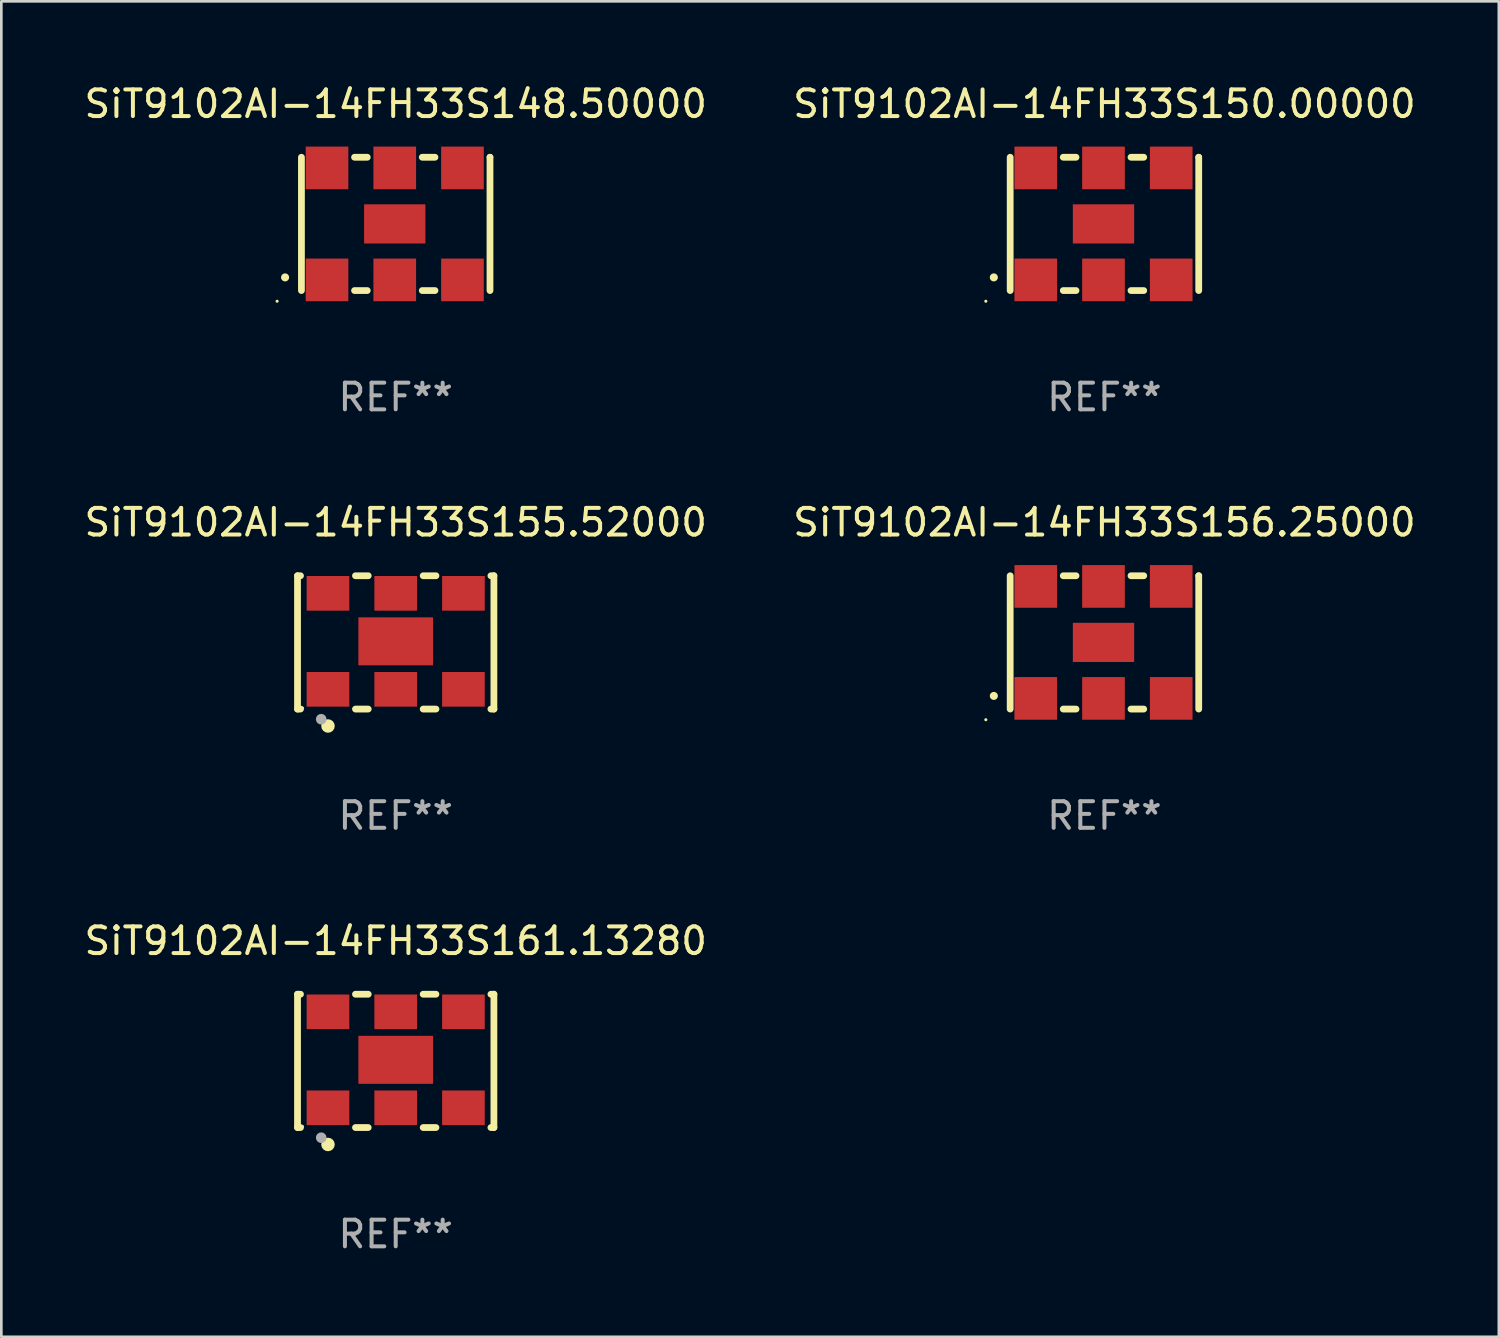
<source format=kicad_pcb>
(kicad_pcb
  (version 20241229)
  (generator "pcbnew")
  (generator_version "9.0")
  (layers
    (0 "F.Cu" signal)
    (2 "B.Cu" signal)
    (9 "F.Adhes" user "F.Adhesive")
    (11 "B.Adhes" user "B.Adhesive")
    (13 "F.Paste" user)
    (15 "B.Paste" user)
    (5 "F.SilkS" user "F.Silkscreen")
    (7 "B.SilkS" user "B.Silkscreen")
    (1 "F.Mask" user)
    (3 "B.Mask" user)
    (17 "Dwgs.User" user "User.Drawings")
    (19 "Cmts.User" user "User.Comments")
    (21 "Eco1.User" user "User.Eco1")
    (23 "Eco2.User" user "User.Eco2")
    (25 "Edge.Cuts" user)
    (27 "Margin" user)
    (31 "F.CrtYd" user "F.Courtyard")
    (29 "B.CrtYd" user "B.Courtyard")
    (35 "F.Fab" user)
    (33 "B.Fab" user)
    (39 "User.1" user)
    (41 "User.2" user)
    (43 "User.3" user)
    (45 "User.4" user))
  (footprint "SiT9102AI-14FH33S150.00000"
    (layer "F.Cu")
    (at 38.375 5.348)
    (property "Reference" "SiT9102AI-14FH33S150.00000" (at 0 -4.5 0) (layer "F.SilkS") (effects (font (size 1 1) (thickness 0.15))))
    (attr through_hole)
    (fp_line (start -3.536 -2.5) (end -3.536 2.5) (stroke (width 0.254) (type solid)) (layer "F.SilkS"))
    (fp_line (start -1.544 2.5) (end -1.067 2.5) (stroke (width 0.254) (type solid)) (layer "F.SilkS"))
    (fp_line (start -1.067 -2.5) (end -1.544 -2.5) (stroke (width 0.254) (type solid)) (layer "F.SilkS"))
    (fp_line (start 0.996 2.5) (end 1.473 2.5) (stroke (width 0.254) (type solid)) (layer "F.SilkS"))
    (fp_line (start 1.473 -2.5) (end 0.996 -2.5) (stroke (width 0.254) (type solid)) (layer "F.SilkS"))
    (fp_line (start 3.536 -2.5) (end 3.536 -2.5) (stroke (width 0.254) (type solid)) (layer "F.SilkS"))
    (fp_line (start 3.536 2.5) (end 3.536 -2.5) (stroke (width 0.254) (type solid)) (layer "F.SilkS"))
    (fp_arc (start -4.150432 2.006604) (mid -4.149162 2.006599) (end -4.147892 2.006604) (stroke (width 0.3) (type solid)) (layer "F.SilkS"))
    (fp_circle (center -4.449 2.9) (end -4.419 2.9) (stroke (width 0.06) (type solid)) (fill no) (layer "F.SilkS"))
    (fp_text user "REF**" (at 0 6.5 0) (layer "F.Fab") (effects (font (size 1 1) (thickness 0.15))))
    (pad "1" smd rect (at -2.576 2.1) (size 1.6 1.6) (layers "F.Cu" "F.Mask" "F.Paste"))
    (pad "2" smd rect (at -0.036 2.1) (size 1.6 1.6) (layers "F.Cu" "F.Mask" "F.Paste"))
    (pad "3" smd rect (at 2.504 2.1) (size 1.6 1.6) (layers "F.Cu" "F.Mask" "F.Paste"))
    (pad "4" smd rect (at 2.504 -2.1) (size 1.6 1.6) (layers "F.Cu" "F.Mask" "F.Paste"))
    (pad "5" smd rect (at -0.036 -2.1) (size 1.6 1.6) (layers "F.Cu" "F.Mask" "F.Paste"))
    (pad "6" smd rect (at -2.576 -2.1) (size 1.6 1.6) (layers "F.Cu" "F.Mask" "F.Paste"))
    (pad "7" smd rect (at -0.036 0) (size 2.3 1.47) (layers "F.Cu" "F.Mask" "F.Paste")))
  (footprint "SiT9102AI-14FH33S148.50000"
    (layer "F.Cu")
    (at 11.792 5.348)
    (property "Reference" "SiT9102AI-14FH33S148.50000" (at 0 -4.5 0) (layer "F.SilkS") (effects (font (size 1 1) (thickness 0.15))))
    (attr through_hole)
    (fp_line (start -3.536 -2.5) (end -3.536 2.5) (stroke (width 0.254) (type solid)) (layer "F.SilkS"))
    (fp_line (start -1.544 2.5) (end -1.067 2.5) (stroke (width 0.254) (type solid)) (layer "F.SilkS"))
    (fp_line (start -1.067 -2.5) (end -1.544 -2.5) (stroke (width 0.254) (type solid)) (layer "F.SilkS"))
    (fp_line (start 0.996 2.5) (end 1.473 2.5) (stroke (width 0.254) (type solid)) (layer "F.SilkS"))
    (fp_line (start 1.473 -2.5) (end 0.996 -2.5) (stroke (width 0.254) (type solid)) (layer "F.SilkS"))
    (fp_line (start 3.536 -2.5) (end 3.536 -2.5) (stroke (width 0.254) (type solid)) (layer "F.SilkS"))
    (fp_line (start 3.536 2.5) (end 3.536 -2.5) (stroke (width 0.254) (type solid)) (layer "F.SilkS"))
    (fp_arc (start -4.150432 2.006604) (mid -4.149162 2.006599) (end -4.147892 2.006604) (stroke (width 0.3) (type solid)) (layer "F.SilkS"))
    (fp_circle (center -4.449 2.9) (end -4.419 2.9) (stroke (width 0.06) (type solid)) (fill no) (layer "F.SilkS"))
    (fp_text user "REF**" (at 0 6.5 0) (layer "F.Fab") (effects (font (size 1 1) (thickness 0.15))))
    (pad "1" smd rect (at -2.576 2.1) (size 1.6 1.6) (layers "F.Cu" "F.Mask" "F.Paste"))
    (pad "2" smd rect (at -0.036 2.1) (size 1.6 1.6) (layers "F.Cu" "F.Mask" "F.Paste"))
    (pad "3" smd rect (at 2.504 2.1) (size 1.6 1.6) (layers "F.Cu" "F.Mask" "F.Paste"))
    (pad "4" smd rect (at 2.504 -2.1) (size 1.6 1.6) (layers "F.Cu" "F.Mask" "F.Paste"))
    (pad "5" smd rect (at -0.036 -2.1) (size 1.6 1.6) (layers "F.Cu" "F.Mask" "F.Paste"))
    (pad "6" smd rect (at -2.576 -2.1) (size 1.6 1.6) (layers "F.Cu" "F.Mask" "F.Paste"))
    (pad "7" smd rect (at -0.036 0) (size 2.3 1.47) (layers "F.Cu" "F.Mask" "F.Paste")))
  (footprint "SiT9102AI-14FH33S156.25000"
    (layer "F.Cu")
    (at 38.375 21.045)
    (property "Reference" "SiT9102AI-14FH33S156.25000" (at 0 -4.5 0) (layer "F.SilkS") (effects (font (size 1 1) (thickness 0.15))))
    (attr through_hole)
    (fp_line (start -3.536 -2.5) (end -3.536 2.5) (stroke (width 0.254) (type solid)) (layer "F.SilkS"))
    (fp_line (start -1.544 2.5) (end -1.067 2.5) (stroke (width 0.254) (type solid)) (layer "F.SilkS"))
    (fp_line (start -1.067 -2.5) (end -1.544 -2.5) (stroke (width 0.254) (type solid)) (layer "F.SilkS"))
    (fp_line (start 0.996 2.5) (end 1.473 2.5) (stroke (width 0.254) (type solid)) (layer "F.SilkS"))
    (fp_line (start 1.473 -2.5) (end 0.996 -2.5) (stroke (width 0.254) (type solid)) (layer "F.SilkS"))
    (fp_line (start 3.536 -2.5) (end 3.536 -2.5) (stroke (width 0.254) (type solid)) (layer "F.SilkS"))
    (fp_line (start 3.536 2.5) (end 3.536 -2.5) (stroke (width 0.254) (type solid)) (layer "F.SilkS"))
    (fp_arc (start -4.150432 2.006604) (mid -4.149162 2.006599) (end -4.147892 2.006604) (stroke (width 0.3) (type solid)) (layer "F.SilkS"))
    (fp_circle (center -4.449 2.9) (end -4.419 2.9) (stroke (width 0.06) (type solid)) (fill no) (layer "F.SilkS"))
    (fp_text user "REF**" (at 0 6.5 0) (layer "F.Fab") (effects (font (size 1 1) (thickness 0.15))))
    (pad "1" smd rect (at -2.576 2.1) (size 1.6 1.6) (layers "F.Cu" "F.Mask" "F.Paste"))
    (pad "2" smd rect (at -0.036 2.1) (size 1.6 1.6) (layers "F.Cu" "F.Mask" "F.Paste"))
    (pad "3" smd rect (at 2.504 2.1) (size 1.6 1.6) (layers "F.Cu" "F.Mask" "F.Paste"))
    (pad "4" smd rect (at 2.504 -2.1) (size 1.6 1.6) (layers "F.Cu" "F.Mask" "F.Paste"))
    (pad "5" smd rect (at -0.036 -2.1) (size 1.6 1.6) (layers "F.Cu" "F.Mask" "F.Paste"))
    (pad "6" smd rect (at -2.576 -2.1) (size 1.6 1.6) (layers "F.Cu" "F.Mask" "F.Paste"))
    (pad "7" smd rect (at -0.036 0) (size 2.3 1.47) (layers "F.Cu" "F.Mask" "F.Paste")))
  (footprint "SiT9102AI-14FH33S161.13280"
    (layer "F.Cu")
    (at 11.792 36.741)
    (property "Reference" "SiT9102AI-14FH33S161.13280" (at 0 -4.5 0) (layer "F.SilkS") (effects (font (size 1 1) (thickness 0.15))))
    (attr through_hole)
    (fp_line (start -3.683 -2.5) (end -3.571 -2.5) (stroke (width 0.254) (type solid)) (layer "F.SilkS"))
    (fp_line (start -3.683 2.5) (end -3.683 -2.5) (stroke (width 0.254) (type solid)) (layer "F.SilkS"))
    (fp_line (start -3.683 2.5) (end -3.571 2.5) (stroke (width 0.254) (type solid)) (layer "F.SilkS"))
    (fp_line (start -1.509 -2.5) (end -1.031 -2.5) (stroke (width 0.254) (type solid)) (layer "F.SilkS"))
    (fp_line (start -1.509 2.5) (end -1.031 2.5) (stroke (width 0.254) (type solid)) (layer "F.SilkS"))
    (fp_line (start 1.031 -2.5) (end 1.509 -2.5) (stroke (width 0.254) (type solid)) (layer "F.SilkS"))
    (fp_line (start 1.031 2.5) (end 1.509 2.5) (stroke (width 0.254) (type solid)) (layer "F.SilkS"))
    (fp_line (start 3.571 -2.5) (end 3.683 -2.5) (stroke (width 0.254) (type solid)) (layer "F.SilkS"))
    (fp_line (start 3.571 2.5) (end 3.683 2.5) (stroke (width 0.254) (type solid)) (layer "F.SilkS"))
    (fp_line (start 3.683 2.5) (end 3.683 -2.5) (stroke (width 0.254) (type solid)) (layer "F.SilkS"))
    (fp_circle (center -3.5 2.46) (end -3.47 2.46) (stroke (width 0.06) (type solid)) (fill no) (layer "F.SilkS"))
    (fp_circle (center -2.54 3.135) (end -2.413 3.135) (stroke (width 0.254) (type solid)) (fill no) (layer "F.SilkS"))
    (fp_circle (center -2.794 2.881) (end -2.694 2.881) (stroke (width 0.2) (type solid)) (fill no) (layer "F.Fab"))
    (fp_text user "REF**" (at 0 6.5 0) (layer "F.Fab") (effects (font (size 1 1) (thickness 0.15))))
    (pad "1" smd rect (at -2.54 1.76) (size 1.6 1.3) (layers "F.Cu" "F.Mask" "F.Paste"))
    (pad "2" smd rect (at 0 1.76) (size 1.6 1.3) (layers "F.Cu" "F.Mask" "F.Paste"))
    (pad "3" smd rect (at 2.54 1.76) (size 1.6 1.3) (layers "F.Cu" "F.Mask" "F.Paste"))
    (pad "4" smd rect (at 2.54 -1.84) (size 1.6 1.3) (layers "F.Cu" "F.Mask" "F.Paste"))
    (pad "5" smd rect (at 0 -1.84) (size 1.6 1.3) (layers "F.Cu" "F.Mask" "F.Paste"))
    (pad "6" smd rect (at -2.54 -1.84) (size 1.6 1.3) (layers "F.Cu" "F.Mask" "F.Paste"))
    (pad "7" smd rect (at 0 -0.04) (size 2.8 1.8) (layers "F.Cu" "F.Mask" "F.Paste")))
  (footprint "SiT9102AI-14FH33S155.52000"
    (layer "F.Cu")
    (at 11.792 21.045)
    (property "Reference" "SiT9102AI-14FH33S155.52000" (at 0 -4.5 0) (layer "F.SilkS") (effects (font (size 1 1) (thickness 0.15))))
    (attr through_hole)
    (fp_line (start -3.683 -2.5) (end -3.571 -2.5) (stroke (width 0.254) (type solid)) (layer "F.SilkS"))
    (fp_line (start -3.683 2.5) (end -3.683 -2.5) (stroke (width 0.254) (type solid)) (layer "F.SilkS"))
    (fp_line (start -3.683 2.5) (end -3.571 2.5) (stroke (width 0.254) (type solid)) (layer "F.SilkS"))
    (fp_line (start -1.509 -2.5) (end -1.031 -2.5) (stroke (width 0.254) (type solid)) (layer "F.SilkS"))
    (fp_line (start -1.509 2.5) (end -1.031 2.5) (stroke (width 0.254) (type solid)) (layer "F.SilkS"))
    (fp_line (start 1.031 -2.5) (end 1.509 -2.5) (stroke (width 0.254) (type solid)) (layer "F.SilkS"))
    (fp_line (start 1.031 2.5) (end 1.509 2.5) (stroke (width 0.254) (type solid)) (layer "F.SilkS"))
    (fp_line (start 3.571 -2.5) (end 3.683 -2.5) (stroke (width 0.254) (type solid)) (layer "F.SilkS"))
    (fp_line (start 3.571 2.5) (end 3.683 2.5) (stroke (width 0.254) (type solid)) (layer "F.SilkS"))
    (fp_line (start 3.683 2.5) (end 3.683 -2.5) (stroke (width 0.254) (type solid)) (layer "F.SilkS"))
    (fp_circle (center -3.5 2.46) (end -3.47 2.46) (stroke (width 0.06) (type solid)) (fill no) (layer "F.SilkS"))
    (fp_circle (center -2.54 3.135) (end -2.413 3.135) (stroke (width 0.254) (type solid)) (fill no) (layer "F.SilkS"))
    (fp_circle (center -2.794 2.881) (end -2.694 2.881) (stroke (width 0.2) (type solid)) (fill no) (layer "F.Fab"))
    (fp_text user "REF**" (at 0 6.5 0) (layer "F.Fab") (effects (font (size 1 1) (thickness 0.15))))
    (pad "1" smd rect (at -2.54 1.76) (size 1.6 1.3) (layers "F.Cu" "F.Mask" "F.Paste"))
    (pad "2" smd rect (at 0 1.76) (size 1.6 1.3) (layers "F.Cu" "F.Mask" "F.Paste"))
    (pad "3" smd rect (at 2.54 1.76) (size 1.6 1.3) (layers "F.Cu" "F.Mask" "F.Paste"))
    (pad "4" smd rect (at 2.54 -1.84) (size 1.6 1.3) (layers "F.Cu" "F.Mask" "F.Paste"))
    (pad "5" smd rect (at 0 -1.84) (size 1.6 1.3) (layers "F.Cu" "F.Mask" "F.Paste"))
    (pad "6" smd rect (at -2.54 -1.84) (size 1.6 1.3) (layers "F.Cu" "F.Mask" "F.Paste"))
    (pad "7" smd rect (at 0 -0.04) (size 2.8 1.8) (layers "F.Cu" "F.Mask" "F.Paste")))
  (gr_rect
    (start -3 -3)
    (end 53.167 47.09)
    (stroke (width 0.1) (type default))
    (fill no)
    (layer "Edge.Cuts")))
</source>
